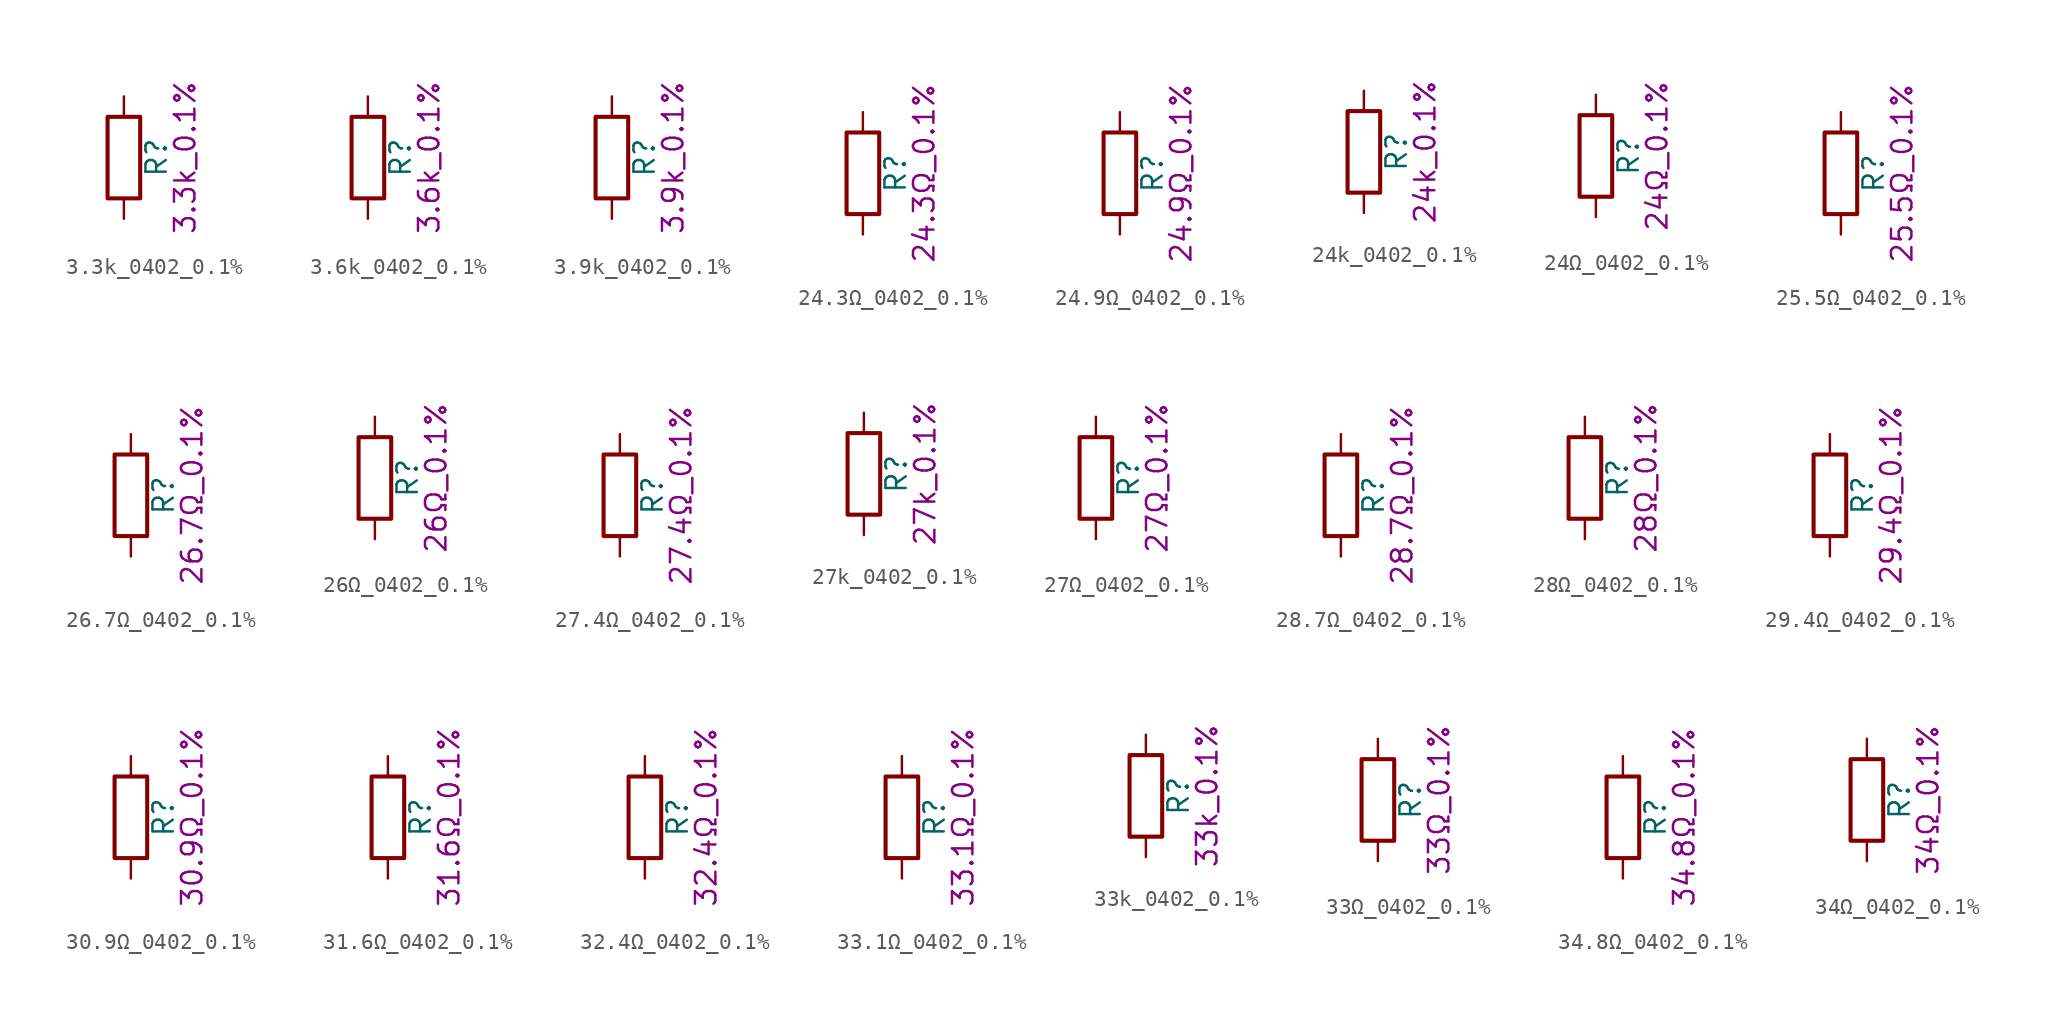
<source format=kicad_sym>
(kicad_symbol_lib
  (version 20211014)
  (generator kicad_symbol_editor)
  (symbol "3.3k_0402_0.1%"
    (pin_numbers hide)
    (pin_names
      (offset 0))
    (property "Reference" "R"
      (at 2.032 0 90)
      (effects (font (size 1.27 1.27))))
    (property "Display" "3.3k_0.1%"
      (at 3.81 0 90)
      (effects (font (size 1.27 1.27))))
    (symbol "3.3k_0402_0.1%_0_1"
      (rectangle (start -1.016 -2.54) (end 1.016 2.54) (stroke (width 0.254) (type default) (color 0 0 0 0)) (fill (type none))))
    (symbol "3.3k_0402_0.1%_1_1"
      (pin passive line (at 0 3.81 270) (length 1.27) (name "~" (effects (font (size 1.27 1.27)))) (number "1" (effects (font (size 1.27 1.27)))))
      (pin passive line (at 0 -3.81 90) (length 1.27) (name "~" (effects (font (size 1.27 1.27)))) (number "2" (effects (font (size 1.27 1.27)))))))
  (symbol "3.6k_0402_0.1%"
    (pin_numbers hide)
    (pin_names
      (offset 0))
    (property "Reference" "R"
      (at 2.032 0 90)
      (effects (font (size 1.27 1.27))))
    (property "Display" "3.6k_0.1%"
      (at 3.81 0 90)
      (effects (font (size 1.27 1.27))))
    (symbol "3.6k_0402_0.1%_0_1"
      (rectangle (start -1.016 -2.54) (end 1.016 2.54) (stroke (width 0.254) (type default) (color 0 0 0 0)) (fill (type none))))
    (symbol "3.6k_0402_0.1%_1_1"
      (pin passive line (at 0 3.81 270) (length 1.27) (name "~" (effects (font (size 1.27 1.27)))) (number "1" (effects (font (size 1.27 1.27)))))
      (pin passive line (at 0 -3.81 90) (length 1.27) (name "~" (effects (font (size 1.27 1.27)))) (number "2" (effects (font (size 1.27 1.27)))))))
  (symbol "3.9k_0402_0.1%"
    (pin_numbers hide)
    (pin_names
      (offset 0))
    (property "Reference" "R"
      (at 2.032 0 90)
      (effects (font (size 1.27 1.27))))
    (property "Display" "3.9k_0.1%"
      (at 3.81 0 90)
      (effects (font (size 1.27 1.27))))
    (symbol "3.9k_0402_0.1%_0_1"
      (rectangle (start -1.016 -2.54) (end 1.016 2.54) (stroke (width 0.254) (type default) (color 0 0 0 0)) (fill (type none))))
    (symbol "3.9k_0402_0.1%_1_1"
      (pin passive line (at 0 3.81 270) (length 1.27) (name "~" (effects (font (size 1.27 1.27)))) (number "1" (effects (font (size 1.27 1.27)))))
      (pin passive line (at 0 -3.81 90) (length 1.27) (name "~" (effects (font (size 1.27 1.27)))) (number "2" (effects (font (size 1.27 1.27)))))))
  (symbol "24.3Ω_0402_0.1%"
    (pin_numbers hide)
    (pin_names
      (offset 0))
    (property "Reference" "R"
      (at 2.032 0 90)
      (effects (font (size 1.27 1.27))))
    (property "Display" "24.3Ω_0.1%"
      (at 3.81 0 90)
      (effects (font (size 1.27 1.27))))
    (symbol "24.3Ω_0402_0.1%_0_1"
      (rectangle (start -1.016 -2.54) (end 1.016 2.54) (stroke (width 0.254) (type default) (color 0 0 0 0)) (fill (type none))))
    (symbol "24.3Ω_0402_0.1%_1_1"
      (pin passive line (at 0 3.81 270) (length 1.27) (name "~" (effects (font (size 1.27 1.27)))) (number "1" (effects (font (size 1.27 1.27)))))
      (pin passive line (at 0 -3.81 90) (length 1.27) (name "~" (effects (font (size 1.27 1.27)))) (number "2" (effects (font (size 1.27 1.27)))))))
  (symbol "24.9Ω_0402_0.1%"
    (pin_numbers hide)
    (pin_names
      (offset 0))
    (property "Reference" "R"
      (at 2.032 0 90)
      (effects (font (size 1.27 1.27))))
    (property "Display" "24.9Ω_0.1%"
      (at 3.81 0 90)
      (effects (font (size 1.27 1.27))))
    (symbol "24.9Ω_0402_0.1%_0_1"
      (rectangle (start -1.016 -2.54) (end 1.016 2.54) (stroke (width 0.254) (type default) (color 0 0 0 0)) (fill (type none))))
    (symbol "24.9Ω_0402_0.1%_1_1"
      (pin passive line (at 0 3.81 270) (length 1.27) (name "~" (effects (font (size 1.27 1.27)))) (number "1" (effects (font (size 1.27 1.27)))))
      (pin passive line (at 0 -3.81 90) (length 1.27) (name "~" (effects (font (size 1.27 1.27)))) (number "2" (effects (font (size 1.27 1.27)))))))
  (symbol "24k_0402_0.1%"
    (pin_numbers hide)
    (pin_names
      (offset 0))
    (property "Reference" "R"
      (at 2.032 0 90)
      (effects (font (size 1.27 1.27))))
    (property "Display" "24k_0.1%"
      (at 3.81 0 90)
      (effects (font (size 1.27 1.27))))
    (symbol "24k_0402_0.1%_0_1"
      (rectangle (start -1.016 -2.54) (end 1.016 2.54) (stroke (width 0.254) (type default) (color 0 0 0 0)) (fill (type none))))
    (symbol "24k_0402_0.1%_1_1"
      (pin passive line (at 0 3.81 270) (length 1.27) (name "~" (effects (font (size 1.27 1.27)))) (number "1" (effects (font (size 1.27 1.27)))))
      (pin passive line (at 0 -3.81 90) (length 1.27) (name "~" (effects (font (size 1.27 1.27)))) (number "2" (effects (font (size 1.27 1.27)))))))
  (symbol "24Ω_0402_0.1%"
    (pin_numbers hide)
    (pin_names
      (offset 0))
    (property "Reference" "R"
      (at 2.032 0 90)
      (effects (font (size 1.27 1.27))))
    (property "Display" "24Ω_0.1%"
      (at 3.81 0 90)
      (effects (font (size 1.27 1.27))))
    (symbol "24Ω_0402_0.1%_0_1"
      (rectangle (start -1.016 -2.54) (end 1.016 2.54) (stroke (width 0.254) (type default) (color 0 0 0 0)) (fill (type none))))
    (symbol "24Ω_0402_0.1%_1_1"
      (pin passive line (at 0 3.81 270) (length 1.27) (name "~" (effects (font (size 1.27 1.27)))) (number "1" (effects (font (size 1.27 1.27)))))
      (pin passive line (at 0 -3.81 90) (length 1.27) (name "~" (effects (font (size 1.27 1.27)))) (number "2" (effects (font (size 1.27 1.27)))))))
  (symbol "25.5Ω_0402_0.1%"
    (pin_numbers hide)
    (pin_names
      (offset 0))
    (property "Reference" "R"
      (at 2.032 0 90)
      (effects (font (size 1.27 1.27))))
    (property "Display" "25.5Ω_0.1%"
      (at 3.81 0 90)
      (effects (font (size 1.27 1.27))))
    (symbol "25.5Ω_0402_0.1%_0_1"
      (rectangle (start -1.016 -2.54) (end 1.016 2.54) (stroke (width 0.254) (type default) (color 0 0 0 0)) (fill (type none))))
    (symbol "25.5Ω_0402_0.1%_1_1"
      (pin passive line (at 0 3.81 270) (length 1.27) (name "~" (effects (font (size 1.27 1.27)))) (number "1" (effects (font (size 1.27 1.27)))))
      (pin passive line (at 0 -3.81 90) (length 1.27) (name "~" (effects (font (size 1.27 1.27)))) (number "2" (effects (font (size 1.27 1.27)))))))
  (symbol "26.7Ω_0402_0.1%"
    (pin_numbers hide)
    (pin_names
      (offset 0))
    (property "Reference" "R"
      (at 2.032 0 90)
      (effects (font (size 1.27 1.27))))
    (property "Display" "26.7Ω_0.1%"
      (at 3.81 0 90)
      (effects (font (size 1.27 1.27))))
    (symbol "26.7Ω_0402_0.1%_0_1"
      (rectangle (start -1.016 -2.54) (end 1.016 2.54) (stroke (width 0.254) (type default) (color 0 0 0 0)) (fill (type none))))
    (symbol "26.7Ω_0402_0.1%_1_1"
      (pin passive line (at 0 3.81 270) (length 1.27) (name "~" (effects (font (size 1.27 1.27)))) (number "1" (effects (font (size 1.27 1.27)))))
      (pin passive line (at 0 -3.81 90) (length 1.27) (name "~" (effects (font (size 1.27 1.27)))) (number "2" (effects (font (size 1.27 1.27)))))))
  (symbol "26Ω_0402_0.1%"
    (pin_numbers hide)
    (pin_names
      (offset 0))
    (property "Reference" "R"
      (at 2.032 0 90)
      (effects (font (size 1.27 1.27))))
    (property "Display" "26Ω_0.1%"
      (at 3.81 0 90)
      (effects (font (size 1.27 1.27))))
    (symbol "26Ω_0402_0.1%_0_1"
      (rectangle (start -1.016 -2.54) (end 1.016 2.54) (stroke (width 0.254) (type default) (color 0 0 0 0)) (fill (type none))))
    (symbol "26Ω_0402_0.1%_1_1"
      (pin passive line (at 0 3.81 270) (length 1.27) (name "~" (effects (font (size 1.27 1.27)))) (number "1" (effects (font (size 1.27 1.27)))))
      (pin passive line (at 0 -3.81 90) (length 1.27) (name "~" (effects (font (size 1.27 1.27)))) (number "2" (effects (font (size 1.27 1.27)))))))
  (symbol "27.4Ω_0402_0.1%"
    (pin_numbers hide)
    (pin_names
      (offset 0))
    (property "Reference" "R"
      (at 2.032 0 90)
      (effects (font (size 1.27 1.27))))
    (property "Display" "27.4Ω_0.1%"
      (at 3.81 0 90)
      (effects (font (size 1.27 1.27))))
    (symbol "27.4Ω_0402_0.1%_0_1"
      (rectangle (start -1.016 -2.54) (end 1.016 2.54) (stroke (width 0.254) (type default) (color 0 0 0 0)) (fill (type none))))
    (symbol "27.4Ω_0402_0.1%_1_1"
      (pin passive line (at 0 3.81 270) (length 1.27) (name "~" (effects (font (size 1.27 1.27)))) (number "1" (effects (font (size 1.27 1.27)))))
      (pin passive line (at 0 -3.81 90) (length 1.27) (name "~" (effects (font (size 1.27 1.27)))) (number "2" (effects (font (size 1.27 1.27)))))))
  (symbol "27k_0402_0.1%"
    (pin_numbers hide)
    (pin_names
      (offset 0))
    (property "Reference" "R"
      (at 2.032 0 90)
      (effects (font (size 1.27 1.27))))
    (property "Display" "27k_0.1%"
      (at 3.81 0 90)
      (effects (font (size 1.27 1.27))))
    (symbol "27k_0402_0.1%_0_1"
      (rectangle (start -1.016 -2.54) (end 1.016 2.54) (stroke (width 0.254) (type default) (color 0 0 0 0)) (fill (type none))))
    (symbol "27k_0402_0.1%_1_1"
      (pin passive line (at 0 3.81 270) (length 1.27) (name "~" (effects (font (size 1.27 1.27)))) (number "1" (effects (font (size 1.27 1.27)))))
      (pin passive line (at 0 -3.81 90) (length 1.27) (name "~" (effects (font (size 1.27 1.27)))) (number "2" (effects (font (size 1.27 1.27)))))))
  (symbol "27Ω_0402_0.1%"
    (pin_numbers hide)
    (pin_names
      (offset 0))
    (property "Reference" "R"
      (at 2.032 0 90)
      (effects (font (size 1.27 1.27))))
    (property "Display" "27Ω_0.1%"
      (at 3.81 0 90)
      (effects (font (size 1.27 1.27))))
    (symbol "27Ω_0402_0.1%_0_1"
      (rectangle (start -1.016 -2.54) (end 1.016 2.54) (stroke (width 0.254) (type default) (color 0 0 0 0)) (fill (type none))))
    (symbol "27Ω_0402_0.1%_1_1"
      (pin passive line (at 0 3.81 270) (length 1.27) (name "~" (effects (font (size 1.27 1.27)))) (number "1" (effects (font (size 1.27 1.27)))))
      (pin passive line (at 0 -3.81 90) (length 1.27) (name "~" (effects (font (size 1.27 1.27)))) (number "2" (effects (font (size 1.27 1.27)))))))
  (symbol "28.7Ω_0402_0.1%"
    (pin_numbers hide)
    (pin_names
      (offset 0))
    (property "Reference" "R"
      (at 2.032 0 90)
      (effects (font (size 1.27 1.27))))
    (property "Display" "28.7Ω_0.1%"
      (at 3.81 0 90)
      (effects (font (size 1.27 1.27))))
    (symbol "28.7Ω_0402_0.1%_0_1"
      (rectangle (start -1.016 -2.54) (end 1.016 2.54) (stroke (width 0.254) (type default) (color 0 0 0 0)) (fill (type none))))
    (symbol "28.7Ω_0402_0.1%_1_1"
      (pin passive line (at 0 3.81 270) (length 1.27) (name "~" (effects (font (size 1.27 1.27)))) (number "1" (effects (font (size 1.27 1.27)))))
      (pin passive line (at 0 -3.81 90) (length 1.27) (name "~" (effects (font (size 1.27 1.27)))) (number "2" (effects (font (size 1.27 1.27)))))))
  (symbol "28Ω_0402_0.1%"
    (pin_numbers hide)
    (pin_names
      (offset 0))
    (property "Reference" "R"
      (at 2.032 0 90)
      (effects (font (size 1.27 1.27))))
    (property "Display" "28Ω_0.1%"
      (at 3.81 0 90)
      (effects (font (size 1.27 1.27))))
    (symbol "28Ω_0402_0.1%_0_1"
      (rectangle (start -1.016 -2.54) (end 1.016 2.54) (stroke (width 0.254) (type default) (color 0 0 0 0)) (fill (type none))))
    (symbol "28Ω_0402_0.1%_1_1"
      (pin passive line (at 0 3.81 270) (length 1.27) (name "~" (effects (font (size 1.27 1.27)))) (number "1" (effects (font (size 1.27 1.27)))))
      (pin passive line (at 0 -3.81 90) (length 1.27) (name "~" (effects (font (size 1.27 1.27)))) (number "2" (effects (font (size 1.27 1.27)))))))
  (symbol "29.4Ω_0402_0.1%"
    (pin_numbers hide)
    (pin_names
      (offset 0))
    (property "Reference" "R"
      (at 2.032 0 90)
      (effects (font (size 1.27 1.27))))
    (property "Display" "29.4Ω_0.1%"
      (at 3.81 0 90)
      (effects (font (size 1.27 1.27))))
    (symbol "29.4Ω_0402_0.1%_0_1"
      (rectangle (start -1.016 -2.54) (end 1.016 2.54) (stroke (width 0.254) (type default) (color 0 0 0 0)) (fill (type none))))
    (symbol "29.4Ω_0402_0.1%_1_1"
      (pin passive line (at 0 3.81 270) (length 1.27) (name "~" (effects (font (size 1.27 1.27)))) (number "1" (effects (font (size 1.27 1.27)))))
      (pin passive line (at 0 -3.81 90) (length 1.27) (name "~" (effects (font (size 1.27 1.27)))) (number "2" (effects (font (size 1.27 1.27)))))))
  (symbol "30.9Ω_0402_0.1%"
    (pin_numbers hide)
    (pin_names
      (offset 0))
    (property "Reference" "R"
      (at 2.032 0 90)
      (effects (font (size 1.27 1.27))))
    (property "Display" "30.9Ω_0.1%"
      (at 3.81 0 90)
      (effects (font (size 1.27 1.27))))
    (symbol "30.9Ω_0402_0.1%_0_1"
      (rectangle (start -1.016 -2.54) (end 1.016 2.54) (stroke (width 0.254) (type default) (color 0 0 0 0)) (fill (type none))))
    (symbol "30.9Ω_0402_0.1%_1_1"
      (pin passive line (at 0 3.81 270) (length 1.27) (name "~" (effects (font (size 1.27 1.27)))) (number "1" (effects (font (size 1.27 1.27)))))
      (pin passive line (at 0 -3.81 90) (length 1.27) (name "~" (effects (font (size 1.27 1.27)))) (number "2" (effects (font (size 1.27 1.27)))))))
  (symbol "31.6Ω_0402_0.1%"
    (pin_numbers hide)
    (pin_names
      (offset 0))
    (property "Reference" "R"
      (at 2.032 0 90)
      (effects (font (size 1.27 1.27))))
    (property "Display" "31.6Ω_0.1%"
      (at 3.81 0 90)
      (effects (font (size 1.27 1.27))))
    (symbol "31.6Ω_0402_0.1%_0_1"
      (rectangle (start -1.016 -2.54) (end 1.016 2.54) (stroke (width 0.254) (type default) (color 0 0 0 0)) (fill (type none))))
    (symbol "31.6Ω_0402_0.1%_1_1"
      (pin passive line (at 0 3.81 270) (length 1.27) (name "~" (effects (font (size 1.27 1.27)))) (number "1" (effects (font (size 1.27 1.27)))))
      (pin passive line (at 0 -3.81 90) (length 1.27) (name "~" (effects (font (size 1.27 1.27)))) (number "2" (effects (font (size 1.27 1.27)))))))
  (symbol "32.4Ω_0402_0.1%"
    (pin_numbers hide)
    (pin_names
      (offset 0))
    (property "Reference" "R"
      (at 2.032 0 90)
      (effects (font (size 1.27 1.27))))
    (property "Display" "32.4Ω_0.1%"
      (at 3.81 0 90)
      (effects (font (size 1.27 1.27))))
    (symbol "32.4Ω_0402_0.1%_0_1"
      (rectangle (start -1.016 -2.54) (end 1.016 2.54) (stroke (width 0.254) (type default) (color 0 0 0 0)) (fill (type none))))
    (symbol "32.4Ω_0402_0.1%_1_1"
      (pin passive line (at 0 3.81 270) (length 1.27) (name "~" (effects (font (size 1.27 1.27)))) (number "1" (effects (font (size 1.27 1.27)))))
      (pin passive line (at 0 -3.81 90) (length 1.27) (name "~" (effects (font (size 1.27 1.27)))) (number "2" (effects (font (size 1.27 1.27)))))))
  (symbol "33.1Ω_0402_0.1%"
    (pin_numbers hide)
    (pin_names
      (offset 0))
    (property "Reference" "R"
      (at 2.032 0 90)
      (effects (font (size 1.27 1.27))))
    (property "Display" "33.1Ω_0.1%"
      (at 3.81 0 90)
      (effects (font (size 1.27 1.27))))
    (symbol "33.1Ω_0402_0.1%_0_1"
      (rectangle (start -1.016 -2.54) (end 1.016 2.54) (stroke (width 0.254) (type default) (color 0 0 0 0)) (fill (type none))))
    (symbol "33.1Ω_0402_0.1%_1_1"
      (pin passive line (at 0 3.81 270) (length 1.27) (name "~" (effects (font (size 1.27 1.27)))) (number "1" (effects (font (size 1.27 1.27)))))
      (pin passive line (at 0 -3.81 90) (length 1.27) (name "~" (effects (font (size 1.27 1.27)))) (number "2" (effects (font (size 1.27 1.27)))))))
  (symbol "33k_0402_0.1%"
    (pin_numbers hide)
    (pin_names
      (offset 0))
    (property "Reference" "R"
      (at 2.032 0 90)
      (effects (font (size 1.27 1.27))))
    (property "Display" "33k_0.1%"
      (at 3.81 0 90)
      (effects (font (size 1.27 1.27))))
    (symbol "33k_0402_0.1%_0_1"
      (rectangle (start -1.016 -2.54) (end 1.016 2.54) (stroke (width 0.254) (type default) (color 0 0 0 0)) (fill (type none))))
    (symbol "33k_0402_0.1%_1_1"
      (pin passive line (at 0 3.81 270) (length 1.27) (name "~" (effects (font (size 1.27 1.27)))) (number "1" (effects (font (size 1.27 1.27)))))
      (pin passive line (at 0 -3.81 90) (length 1.27) (name "~" (effects (font (size 1.27 1.27)))) (number "2" (effects (font (size 1.27 1.27)))))))
  (symbol "33Ω_0402_0.1%"
    (pin_numbers hide)
    (pin_names
      (offset 0))
    (property "Reference" "R"
      (at 2.032 0 90)
      (effects (font (size 1.27 1.27))))
    (property "Display" "33Ω_0.1%"
      (at 3.81 0 90)
      (effects (font (size 1.27 1.27))))
    (symbol "33Ω_0402_0.1%_0_1"
      (rectangle (start -1.016 -2.54) (end 1.016 2.54) (stroke (width 0.254) (type default) (color 0 0 0 0)) (fill (type none))))
    (symbol "33Ω_0402_0.1%_1_1"
      (pin passive line (at 0 3.81 270) (length 1.27) (name "~" (effects (font (size 1.27 1.27)))) (number "1" (effects (font (size 1.27 1.27)))))
      (pin passive line (at 0 -3.81 90) (length 1.27) (name "~" (effects (font (size 1.27 1.27)))) (number "2" (effects (font (size 1.27 1.27)))))))
  (symbol "34.8Ω_0402_0.1%"
    (pin_numbers hide)
    (pin_names
      (offset 0))
    (property "Reference" "R"
      (at 2.032 0 90)
      (effects (font (size 1.27 1.27))))
    (property "Display" "34.8Ω_0.1%"
      (at 3.81 0 90)
      (effects (font (size 1.27 1.27))))
    (symbol "34.8Ω_0402_0.1%_0_1"
      (rectangle (start -1.016 -2.54) (end 1.016 2.54) (stroke (width 0.254) (type default) (color 0 0 0 0)) (fill (type none))))
    (symbol "34.8Ω_0402_0.1%_1_1"
      (pin passive line (at 0 3.81 270) (length 1.27) (name "~" (effects (font (size 1.27 1.27)))) (number "1" (effects (font (size 1.27 1.27)))))
      (pin passive line (at 0 -3.81 90) (length 1.27) (name "~" (effects (font (size 1.27 1.27)))) (number "2" (effects (font (size 1.27 1.27)))))))
  (symbol "34Ω_0402_0.1%"
    (pin_numbers hide)
    (pin_names
      (offset 0))
    (property "Reference" "R"
      (at 2.032 0 90)
      (effects (font (size 1.27 1.27))))
    (property "Display" "34Ω_0.1%"
      (at 3.81 0 90)
      (effects (font (size 1.27 1.27))))
    (symbol "34Ω_0402_0.1%_0_1"
      (rectangle (start -1.016 -2.54) (end 1.016 2.54) (stroke (width 0.254) (type default) (color 0 0 0 0)) (fill (type none))))
    (symbol "34Ω_0402_0.1%_1_1"
      (pin passive line (at 0 3.81 270) (length 1.27) (name "~" (effects (font (size 1.27 1.27)))) (number "1" (effects (font (size 1.27 1.27)))))
      (pin passive line (at 0 -3.81 90) (length 1.27) (name "~" (effects (font (size 1.27 1.27)))) (number "2" (effects (font (size 1.27 1.27))))))))
</source>
